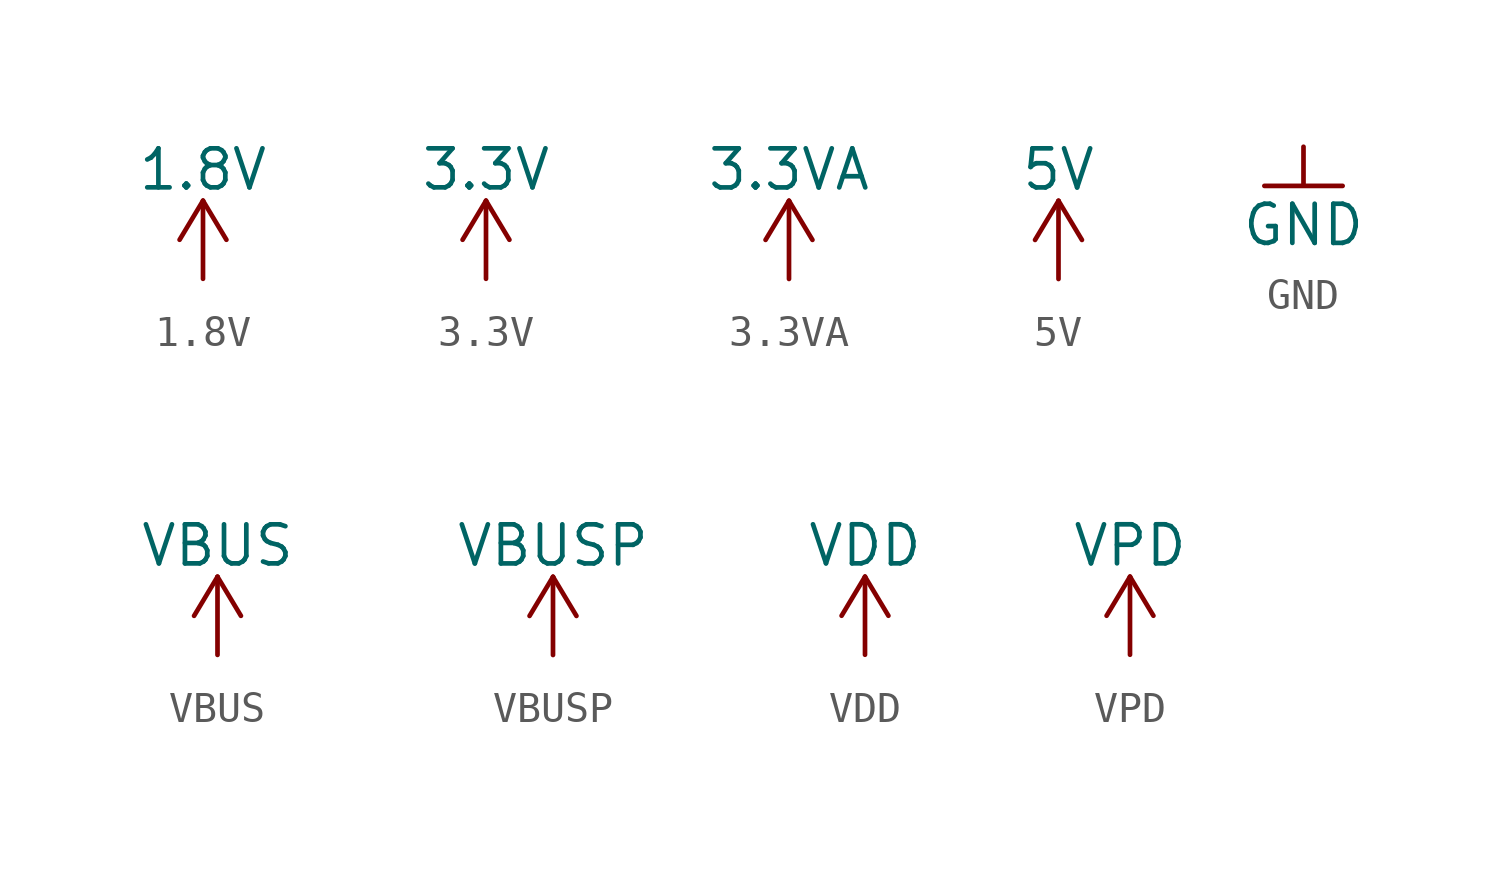
<source format=kicad_sym>
(kicad_symbol_lib
  (version 20211014)
  (generator kicad_symbol_editor)
  (symbol "1.8V"
    (power)
    (pin_names
      (offset 0))
    (property "Reference" "#1V8"
      (at 0 -3.81 0)
      (effects (font (size 1.27 1.27)) hide))
    (property "Value" "1.8V"
      (at 0 3.556 0)
      (effects (font (size 1.27 1.27))))
    (symbol "1.8V_0_1"
      (polyline (pts (xy -0.762 1.27) (xy 0 2.54)) (stroke (width 0) (type default) (color 0 0 0 0)) (fill (type none)))
      (polyline (pts (xy 0 0) (xy 0 2.54)) (stroke (width 0) (type default) (color 0 0 0 0)) (fill (type none)))
      (polyline (pts (xy 0 2.54) (xy 0.762 1.27)) (stroke (width 0) (type default) (color 0 0 0 0)) (fill (type none))))
    (symbol "1.8V_1_1"
      (pin power_in line (at 0 0 90) (length 0) hide (name "1.8V" (effects (font (size 1.27 1.27)))) (number "1" (effects (font (size 1.27 1.27)))))))
  (symbol "3.3V"
    (power)
    (pin_names
      (offset 0))
    (property "Reference" "#3V3"
      (at 0 -3.81 0)
      (effects (font (size 1.27 1.27)) hide))
    (property "Value" "3.3V"
      (at 0 3.556 0)
      (effects (font (size 1.27 1.27))))
    (symbol "3.3V_0_1"
      (polyline (pts (xy -0.762 1.27) (xy 0 2.54)) (stroke (width 0) (type default) (color 0 0 0 0)) (fill (type none)))
      (polyline (pts (xy 0 0) (xy 0 2.54)) (stroke (width 0) (type default) (color 0 0 0 0)) (fill (type none)))
      (polyline (pts (xy 0 2.54) (xy 0.762 1.27)) (stroke (width 0) (type default) (color 0 0 0 0)) (fill (type none))))
    (symbol "3.3V_1_1"
      (pin power_in line (at 0 0 90) (length 0) hide (name "3.3V" (effects (font (size 1.27 1.27)))) (number "1" (effects (font (size 1.27 1.27)))))))
  (symbol "3.3VA"
    (power)
    (pin_names
      (offset 0))
    (property "Reference" "#3V3A"
      (at 0 -3.81 0)
      (effects (font (size 1.27 1.27)) hide))
    (property "Value" "3.3VA"
      (at 0 3.556 0)
      (effects (font (size 1.27 1.27))))
    (symbol "3.3VA_0_1"
      (polyline (pts (xy -0.762 1.27) (xy 0 2.54)) (stroke (width 0) (type default) (color 0 0 0 0)) (fill (type none)))
      (polyline (pts (xy 0 0) (xy 0 2.54)) (stroke (width 0) (type default) (color 0 0 0 0)) (fill (type none)))
      (polyline (pts (xy 0 2.54) (xy 0.762 1.27)) (stroke (width 0) (type default) (color 0 0 0 0)) (fill (type none))))
    (symbol "3.3VA_1_1"
      (pin power_in line (at 0 0 90) (length 0) hide (name "3.3VA" (effects (font (size 1.27 1.27)))) (number "1" (effects (font (size 1.27 1.27)))))))
  (symbol "5V"
    (power)
    (pin_names
      (offset 0))
    (property "Reference" "#5V"
      (at 0 -3.81 0)
      (effects (font (size 1.27 1.27)) hide))
    (property "Value" "5V"
      (at 0 3.556 0)
      (effects (font (size 1.27 1.27))))
    (symbol "5V_0_1"
      (polyline (pts (xy -0.762 1.27) (xy 0 2.54)) (stroke (width 0) (type default) (color 0 0 0 0)) (fill (type none)))
      (polyline (pts (xy 0 0) (xy 0 2.54)) (stroke (width 0) (type default) (color 0 0 0 0)) (fill (type none)))
      (polyline (pts (xy 0 2.54) (xy 0.762 1.27)) (stroke (width 0) (type default) (color 0 0 0 0)) (fill (type none))))
    (symbol "5V_1_1"
      (pin power_in line (at 0 0 90) (length 0) hide (name "5V" (effects (font (size 1.27 1.27)))) (number "1" (effects (font (size 1.27 1.27)))))))
  (symbol "GND"
    (power)
    (pin_names
      (offset 0))
    (property "Reference" "#GND"
      (at 0 -6.35 0)
      (effects (font (size 1.27 1.27)) hide))
    (property "Value" "GND"
      (at 0 -2.54 0)
      (effects (font (size 1.27 1.27))))
    (symbol "GND_0_1"
      (polyline (pts (xy 0 0) (xy 0 -1.27) (xy 1.27 -1.27) (xy 0 -1.27) (xy -1.27 -1.27) (xy 0 -1.27)) (stroke (width 0) (type default) (color 0 0 0 0)) (fill (type none))))
    (symbol "GND_1_1"
      (pin power_in line (at 0 0 270) (length 0) hide (name "GND" (effects (font (size 1.27 1.27)))) (number "1" (effects (font (size 1.27 1.27)))))))
  (symbol "VBUS"
    (power)
    (pin_names
      (offset 0))
    (property "Reference" "#VBUS"
      (at 0 -3.81 0)
      (effects (font (size 1.27 1.27)) hide))
    (property "Value" "VBUS"
      (at 0 3.556 0)
      (effects (font (size 1.27 1.27))))
    (symbol "VBUS_0_1"
      (polyline (pts (xy -0.762 1.27) (xy 0 2.54)) (stroke (width 0) (type default) (color 0 0 0 0)) (fill (type none)))
      (polyline (pts (xy 0 0) (xy 0 2.54)) (stroke (width 0) (type default) (color 0 0 0 0)) (fill (type none)))
      (polyline (pts (xy 0 2.54) (xy 0.762 1.27)) (stroke (width 0) (type default) (color 0 0 0 0)) (fill (type none))))
    (symbol "VBUS_1_1"
      (pin power_in line (at 0 0 90) (length 0) hide (name "VBUS" (effects (font (size 1.27 1.27)))) (number "1" (effects (font (size 1.27 1.27)))))))
  (symbol "VBUSP"
    (power)
    (pin_names
      (offset 0))
    (property "Reference" "#VBUSP"
      (at 0 -3.81 0)
      (effects (font (size 1.27 1.27)) hide))
    (property "Value" "VBUSP"
      (at 0 3.556 0)
      (effects (font (size 1.27 1.27))))
    (symbol "VBUSP_0_1"
      (polyline (pts (xy -0.762 1.27) (xy 0 2.54)) (stroke (width 0) (type default) (color 0 0 0 0)) (fill (type none)))
      (polyline (pts (xy 0 0) (xy 0 2.54)) (stroke (width 0) (type default) (color 0 0 0 0)) (fill (type none)))
      (polyline (pts (xy 0 2.54) (xy 0.762 1.27)) (stroke (width 0) (type default) (color 0 0 0 0)) (fill (type none))))
    (symbol "VBUSP_1_1"
      (pin power_in line (at 0 0 90) (length 0) hide (name "VBUSP" (effects (font (size 1.27 1.27)))) (number "1" (effects (font (size 1.27 1.27)))))))
  (symbol "VDD"
    (power)
    (pin_names
      (offset 0))
    (property "Reference" "#VDD"
      (at 0 -3.81 0)
      (effects (font (size 1.27 1.27)) hide))
    (property "Value" "VDD"
      (at 0 3.556 0)
      (effects (font (size 1.27 1.27))))
    (symbol "VDD_0_1"
      (polyline (pts (xy -0.762 1.27) (xy 0 2.54)) (stroke (width 0) (type default) (color 0 0 0 0)) (fill (type none)))
      (polyline (pts (xy 0 0) (xy 0 2.54)) (stroke (width 0) (type default) (color 0 0 0 0)) (fill (type none)))
      (polyline (pts (xy 0 2.54) (xy 0.762 1.27)) (stroke (width 0) (type default) (color 0 0 0 0)) (fill (type none))))
    (symbol "VDD_1_1"
      (pin power_in line (at 0 0 90) (length 0) hide (name "VDD" (effects (font (size 1.27 1.27)))) (number "1" (effects (font (size 1.27 1.27)))))))
  (symbol "VPD"
    (power)
    (pin_names
      (offset 0))
    (property "Reference" "#VPD"
      (at 0 -3.81 0)
      (effects (font (size 1.27 1.27)) hide))
    (property "Value" "VPD"
      (at 0 3.556 0)
      (effects (font (size 1.27 1.27))))
    (symbol "VPD_0_1"
      (polyline (pts (xy -0.762 1.27) (xy 0 2.54)) (stroke (width 0) (type default) (color 0 0 0 0)) (fill (type none)))
      (polyline (pts (xy 0 0) (xy 0 2.54)) (stroke (width 0) (type default) (color 0 0 0 0)) (fill (type none)))
      (polyline (pts (xy 0 2.54) (xy 0.762 1.27)) (stroke (width 0) (type default) (color 0 0 0 0)) (fill (type none))))
    (symbol "VPD_1_1"
      (pin power_in line (at 0 0 90) (length 0) hide (name "VPD" (effects (font (size 1.27 1.27)))) (number "1" (effects (font (size 1.27 1.27))))))))
</source>
